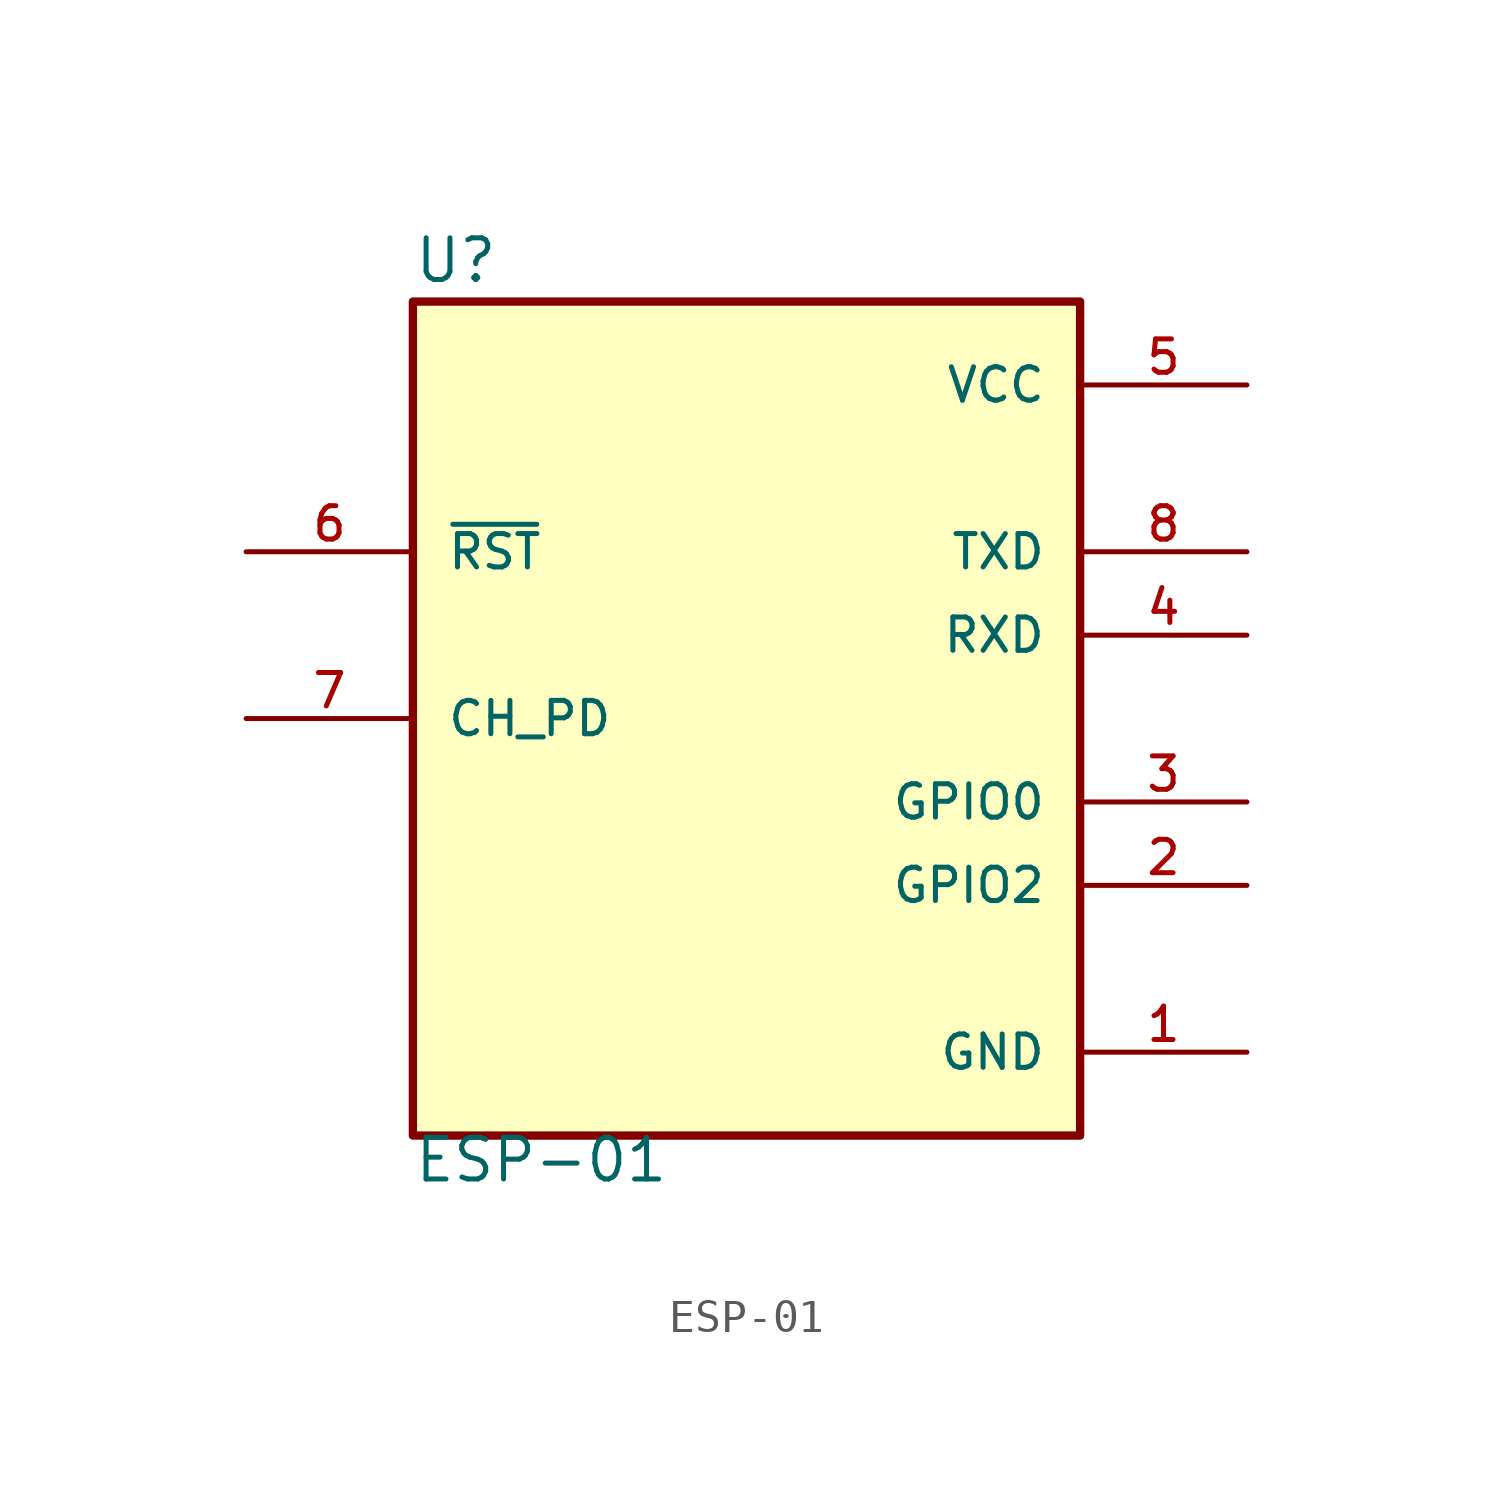
<source format=kicad_sym>
(kicad_symbol_lib
  (version 20211014)
  (generator kicad_symbol_editor)
  (symbol "ESP-01"
    (pin_names
      (offset 1.016))
    (property "Reference" "U"
      (at -10.16 13.208 0)
      (effects (font (size 1.27 1.27)) (justify bottom left)))
    (property "Value" "ESP-01"
      (at -10.16 -12.7 0)
      (effects (font (size 1.27 1.27)) (justify top left)))
    (symbol "ESP-01_0_0"
      (rectangle (start -10.16 -12.7) (end 10.16 12.7) (stroke (width 0.254)) (fill (type background)))
      (pin output line (at 15.24 5.08 180.0) (length 5.08) (name "TXD" (effects (font (size 1.016 1.016)))) (number "8" (effects (font (size 1.016 1.016)))))
      (pin power_in line (at 15.24 -10.16 180.0) (length 5.08) (name "GND" (effects (font (size 1.016 1.016)))) (number "1" (effects (font (size 1.016 1.016)))))
      (pin input line (at -15.24 0.0 0) (length 5.08) (name "CH_PD" (effects (font (size 1.016 1.016)))) (number "7" (effects (font (size 1.016 1.016)))))
      (pin bidirectional line (at 15.24 -5.08 180.0) (length 5.08) (name "GPIO2" (effects (font (size 1.016 1.016)))) (number "2" (effects (font (size 1.016 1.016)))))
      (pin input line (at -15.24 5.08 0) (length 5.08) (name "~{RST}" (effects (font (size 1.016 1.016)))) (number "6" (effects (font (size 1.016 1.016)))))
      (pin bidirectional line (at 15.24 -2.54 180.0) (length 5.08) (name "GPIO0" (effects (font (size 1.016 1.016)))) (number "3" (effects (font (size 1.016 1.016)))))
      (pin power_in line (at 15.24 10.16 180.0) (length 5.08) (name "VCC" (effects (font (size 1.016 1.016)))) (number "5" (effects (font (size 1.016 1.016)))))
      (pin input line (at 15.24 2.54 180.0) (length 5.08) (name "RXD" (effects (font (size 1.016 1.016)))) (number "4" (effects (font (size 1.016 1.016))))))))
</source>
